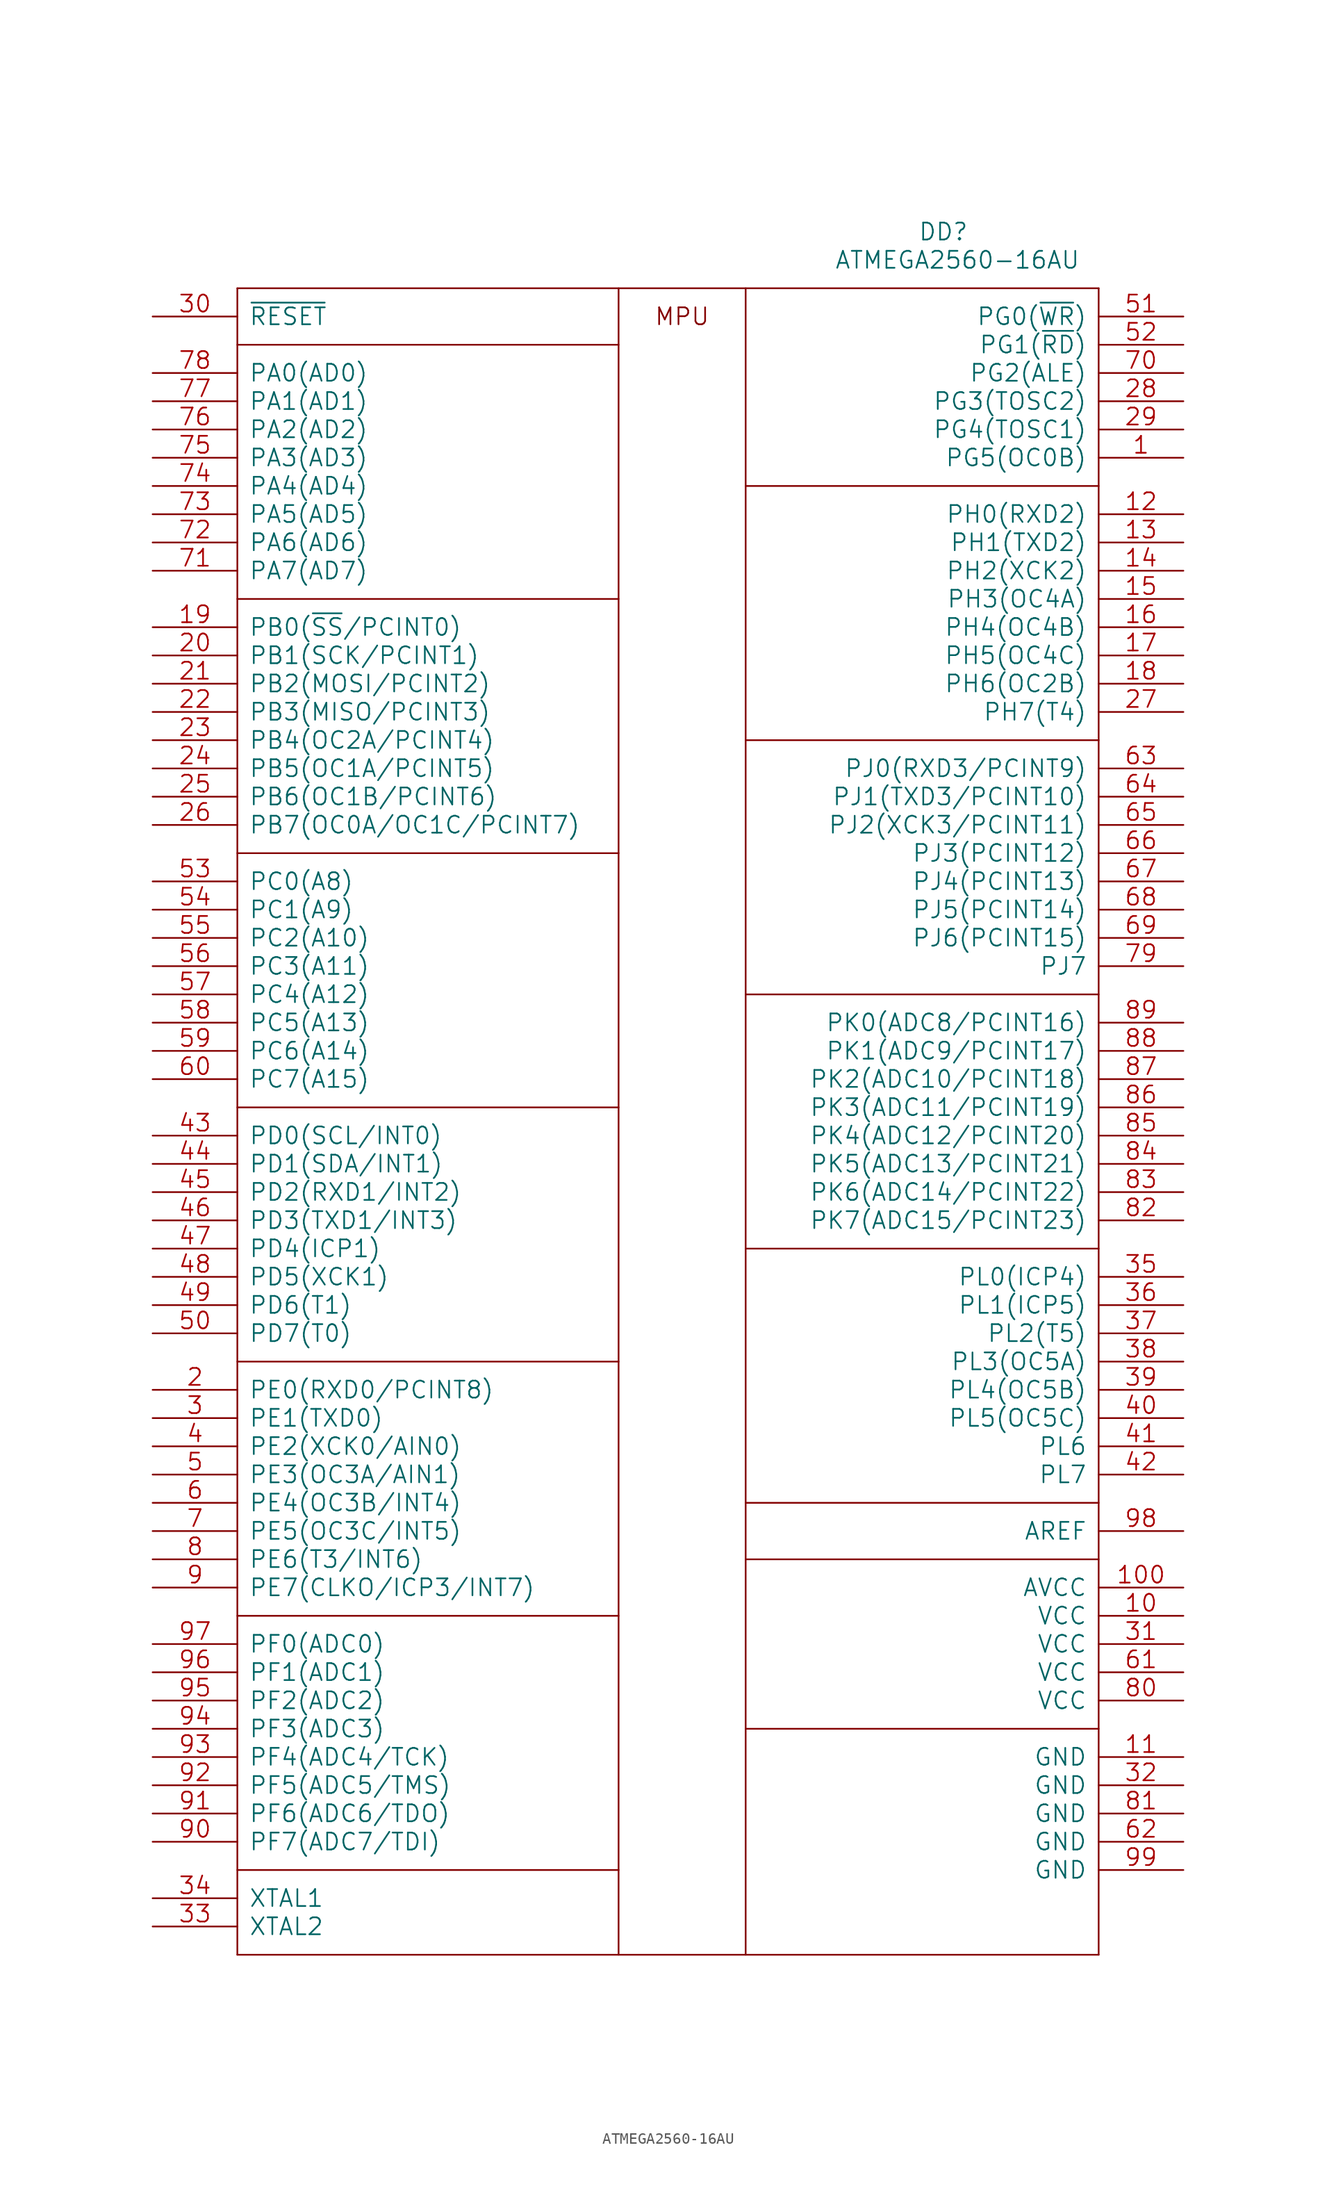
<source format=kicad_sym>
(kicad_symbol_lib
  (version 20211014)
  (generator kicad_symbol_editor)
  (symbol "ATMEGA2560-16AU"
    (pin_names
      (offset 1.016))
    (property "Reference" "DD"
      (at 63.5 5.08 0)
      (effects (font (size 1.524 1.524))))
    (property "Value" "ATMEGA2560-16AU"
      (at 64.77 2.54 0)
      (effects (font (size 1.524 1.524))))
    (property "Footprint" ""
      (at 0 0 0)
      (effects (font (size 1.524 1.524))))
    (property "Datasheet" ""
      (at 0 0 0)
      (effects (font (size 1.524 1.524))))
    (symbol "ATMEGA2560-16AU_0_0"
      (text "MPU" (at 40.005 -2.54 0) (effects (font (size 1.524 1.524))))
      (pin input line (at 85.09 -15.24 180) (length 7.62) (name "PG5(OC0B)" (effects (font (size 1.524 1.524)))) (number "1" (effects (font (size 1.524 1.524)))))
      (pin input line (at 85.09 -119.38 180) (length 7.62) (name "VCC" (effects (font (size 1.524 1.524)))) (number "10" (effects (font (size 1.524 1.524)))))
      (pin input line (at 85.09 -116.84 180) (length 7.62) (name "AVCC" (effects (font (size 1.524 1.524)))) (number "100" (effects (font (size 1.524 1.524)))))
      (pin input line (at 85.09 -132.08 180) (length 7.62) (name "GND" (effects (font (size 1.524 1.524)))) (number "11" (effects (font (size 1.524 1.524)))))
      (pin input line (at 85.09 -20.32 180) (length 7.62) (name "PH0(RXD2)" (effects (font (size 1.524 1.524)))) (number "12" (effects (font (size 1.524 1.524)))))
      (pin input line (at 85.09 -22.86 180) (length 7.62) (name "PH1(TXD2)" (effects (font (size 1.524 1.524)))) (number "13" (effects (font (size 1.524 1.524)))))
      (pin input line (at 85.09 -25.4 180) (length 7.62) (name "PH2(XCK2)" (effects (font (size 1.524 1.524)))) (number "14" (effects (font (size 1.524 1.524)))))
      (pin input line (at 85.09 -27.94 180) (length 7.62) (name "PH3(OC4A)" (effects (font (size 1.524 1.524)))) (number "15" (effects (font (size 1.524 1.524)))))
      (pin input line (at 85.09 -30.48 180) (length 7.62) (name "PH4(OC4B)" (effects (font (size 1.524 1.524)))) (number "16" (effects (font (size 1.524 1.524)))))
      (pin input line (at 85.09 -33.02 180) (length 7.62) (name "PH5(OC4C)" (effects (font (size 1.524 1.524)))) (number "17" (effects (font (size 1.524 1.524)))))
      (pin input line (at 85.09 -35.56 180) (length 7.62) (name "PH6(OC2B)" (effects (font (size 1.524 1.524)))) (number "18" (effects (font (size 1.524 1.524)))))
      (pin input line (at -7.62 -30.48 0) (length 7.62) (name "PB0(~{SS}/PCINT0)" (effects (font (size 1.524 1.524)))) (number "19" (effects (font (size 1.524 1.524)))))
      (pin input line (at -7.62 -99.06 0) (length 7.62) (name "PE0(RXD0/PCINT8)" (effects (font (size 1.524 1.524)))) (number "2" (effects (font (size 1.524 1.524)))))
      (pin input line (at -7.62 -33.02 0) (length 7.62) (name "PB1(SCK/PCINT1)" (effects (font (size 1.524 1.524)))) (number "20" (effects (font (size 1.524 1.524)))))
      (pin input line (at -7.62 -35.56 0) (length 7.62) (name "PB2(MOSI/PCINT2)" (effects (font (size 1.524 1.524)))) (number "21" (effects (font (size 1.524 1.524)))))
      (pin input line (at -7.62 -38.1 0) (length 7.62) (name "PB3(MISO/PCINT3)" (effects (font (size 1.524 1.524)))) (number "22" (effects (font (size 1.524 1.524)))))
      (pin input line (at -7.62 -40.64 0) (length 7.62) (name "PB4(OC2A/PCINT4)" (effects (font (size 1.524 1.524)))) (number "23" (effects (font (size 1.524 1.524)))))
      (pin input line (at -7.62 -43.18 0) (length 7.62) (name "PB5(OC1A/PCINT5)" (effects (font (size 1.524 1.524)))) (number "24" (effects (font (size 1.524 1.524)))))
      (pin input line (at -7.62 -45.72 0) (length 7.62) (name "PB6(OC1B/PCINT6)" (effects (font (size 1.524 1.524)))) (number "25" (effects (font (size 1.524 1.524)))))
      (pin input line (at -7.62 -48.26 0) (length 7.62) (name "PB7(OC0A/OC1C/PCINT7)" (effects (font (size 1.524 1.524)))) (number "26" (effects (font (size 1.524 1.524)))))
      (pin input line (at 85.09 -38.1 180) (length 7.62) (name "PH7(T4)" (effects (font (size 1.524 1.524)))) (number "27" (effects (font (size 1.524 1.524)))))
      (pin input line (at 85.09 -10.16 180) (length 7.62) (name "PG3(TOSC2)" (effects (font (size 1.524 1.524)))) (number "28" (effects (font (size 1.524 1.524)))))
      (pin input line (at 85.09 -12.7 180) (length 7.62) (name "PG4(TOSC1)" (effects (font (size 1.524 1.524)))) (number "29" (effects (font (size 1.524 1.524)))))
      (pin input line (at -7.62 -101.6 0) (length 7.62) (name "PE1(TXD0)" (effects (font (size 1.524 1.524)))) (number "3" (effects (font (size 1.524 1.524)))))
      (pin input line (at -7.62 -2.54 0) (length 7.62) (name "~{RESET}" (effects (font (size 1.524 1.524)))) (number "30" (effects (font (size 1.524 1.524)))))
      (pin input line (at 85.09 -121.92 180) (length 7.62) (name "VCC" (effects (font (size 1.524 1.524)))) (number "31" (effects (font (size 1.524 1.524)))))
      (pin input line (at 85.09 -134.62 180) (length 7.62) (name "GND" (effects (font (size 1.524 1.524)))) (number "32" (effects (font (size 1.524 1.524)))))
      (pin input line (at -7.62 -147.32 0) (length 7.62) (name "XTAL2" (effects (font (size 1.524 1.524)))) (number "33" (effects (font (size 1.524 1.524)))))
      (pin input line (at -7.62 -144.78 0) (length 7.62) (name "XTAL1" (effects (font (size 1.524 1.524)))) (number "34" (effects (font (size 1.524 1.524)))))
      (pin input line (at 85.09 -88.9 180) (length 7.62) (name "PL0(ICP4)" (effects (font (size 1.524 1.524)))) (number "35" (effects (font (size 1.524 1.524)))))
      (pin input line (at 85.09 -91.44 180) (length 7.62) (name "PL1(ICP5)" (effects (font (size 1.524 1.524)))) (number "36" (effects (font (size 1.524 1.524)))))
      (pin input line (at 85.09 -93.98 180) (length 7.62) (name "PL2(T5)" (effects (font (size 1.524 1.524)))) (number "37" (effects (font (size 1.524 1.524)))))
      (pin input line (at 85.09 -96.52 180) (length 7.62) (name "PL3(OC5A)" (effects (font (size 1.524 1.524)))) (number "38" (effects (font (size 1.524 1.524)))))
      (pin input line (at 85.09 -99.06 180) (length 7.62) (name "PL4(OC5B)" (effects (font (size 1.524 1.524)))) (number "39" (effects (font (size 1.524 1.524)))))
      (pin input line (at -7.62 -104.14 0) (length 7.62) (name "PE2(XCK0/AIN0)" (effects (font (size 1.524 1.524)))) (number "4" (effects (font (size 1.524 1.524)))))
      (pin input line (at 85.09 -101.6 180) (length 7.62) (name "PL5(OC5C)" (effects (font (size 1.524 1.524)))) (number "40" (effects (font (size 1.524 1.524)))))
      (pin input line (at 85.09 -104.14 180) (length 7.62) (name "PL6" (effects (font (size 1.524 1.524)))) (number "41" (effects (font (size 1.524 1.524)))))
      (pin input line (at 85.09 -106.68 180) (length 7.62) (name "PL7" (effects (font (size 1.524 1.524)))) (number "42" (effects (font (size 1.524 1.524)))))
      (pin input line (at -7.62 -76.2 0) (length 7.62) (name "PD0(SCL/INT0)" (effects (font (size 1.524 1.524)))) (number "43" (effects (font (size 1.524 1.524)))))
      (pin input line (at -7.62 -78.74 0) (length 7.62) (name "PD1(SDA/INT1)" (effects (font (size 1.524 1.524)))) (number "44" (effects (font (size 1.524 1.524)))))
      (pin input line (at -7.62 -81.28 0) (length 7.62) (name "PD2(RXD1/INT2)" (effects (font (size 1.524 1.524)))) (number "45" (effects (font (size 1.524 1.524)))))
      (pin input line (at -7.62 -83.82 0) (length 7.62) (name "PD3(TXD1/INT3)" (effects (font (size 1.524 1.524)))) (number "46" (effects (font (size 1.524 1.524)))))
      (pin input line (at -7.62 -86.36 0) (length 7.62) (name "PD4(ICP1)" (effects (font (size 1.524 1.524)))) (number "47" (effects (font (size 1.524 1.524)))))
      (pin input line (at -7.62 -88.9 0) (length 7.62) (name "PD5(XCK1)" (effects (font (size 1.524 1.524)))) (number "48" (effects (font (size 1.524 1.524)))))
      (pin input line (at -7.62 -91.44 0) (length 7.62) (name "PD6(T1)" (effects (font (size 1.524 1.524)))) (number "49" (effects (font (size 1.524 1.524)))))
      (pin input line (at -7.62 -106.68 0) (length 7.62) (name "PE3(OC3A/AIN1)" (effects (font (size 1.524 1.524)))) (number "5" (effects (font (size 1.524 1.524)))))
      (pin input line (at -7.62 -93.98 0) (length 7.62) (name "PD7(T0)" (effects (font (size 1.524 1.524)))) (number "50" (effects (font (size 1.524 1.524)))))
      (pin input line (at 85.09 -2.54 180) (length 7.62) (name "PG0(~{WR})" (effects (font (size 1.524 1.524)))) (number "51" (effects (font (size 1.524 1.524)))))
      (pin input line (at 85.09 -5.08 180) (length 7.62) (name "PG1(~{RD})" (effects (font (size 1.524 1.524)))) (number "52" (effects (font (size 1.524 1.524)))))
      (pin input line (at -7.62 -53.34 0) (length 7.62) (name "PC0(A8)" (effects (font (size 1.524 1.524)))) (number "53" (effects (font (size 1.524 1.524)))))
      (pin input line (at -7.62 -55.88 0) (length 7.62) (name "PC1(A9)" (effects (font (size 1.524 1.524)))) (number "54" (effects (font (size 1.524 1.524)))))
      (pin input line (at -7.62 -58.42 0) (length 7.62) (name "PC2(A10)" (effects (font (size 1.524 1.524)))) (number "55" (effects (font (size 1.524 1.524)))))
      (pin input line (at -7.62 -60.96 0) (length 7.62) (name "PC3(A11)" (effects (font (size 1.524 1.524)))) (number "56" (effects (font (size 1.524 1.524)))))
      (pin input line (at -7.62 -63.5 0) (length 7.62) (name "PC4(A12)" (effects (font (size 1.524 1.524)))) (number "57" (effects (font (size 1.524 1.524)))))
      (pin input line (at -7.62 -66.04 0) (length 7.62) (name "PC5(A13)" (effects (font (size 1.524 1.524)))) (number "58" (effects (font (size 1.524 1.524)))))
      (pin input line (at -7.62 -68.58 0) (length 7.62) (name "PC6(A14)" (effects (font (size 1.524 1.524)))) (number "59" (effects (font (size 1.524 1.524)))))
      (pin input line (at -7.62 -109.22 0) (length 7.62) (name "PE4(OC3B/INT4)" (effects (font (size 1.524 1.524)))) (number "6" (effects (font (size 1.524 1.524)))))
      (pin input line (at -7.62 -71.12 0) (length 7.62) (name "PC7(A15)" (effects (font (size 1.524 1.524)))) (number "60" (effects (font (size 1.524 1.524)))))
      (pin input line (at 85.09 -124.46 180) (length 7.62) (name "VCC" (effects (font (size 1.524 1.524)))) (number "61" (effects (font (size 1.524 1.524)))))
      (pin input line (at 85.09 -139.7 180) (length 7.62) (name "GND" (effects (font (size 1.524 1.524)))) (number "62" (effects (font (size 1.524 1.524)))))
      (pin input line (at 85.09 -43.18 180) (length 7.62) (name "PJ0(RXD3/PCINT9)" (effects (font (size 1.524 1.524)))) (number "63" (effects (font (size 1.524 1.524)))))
      (pin input line (at 85.09 -45.72 180) (length 7.62) (name "PJ1(TXD3/PCINT10)" (effects (font (size 1.524 1.524)))) (number "64" (effects (font (size 1.524 1.524)))))
      (pin input line (at 85.09 -48.26 180) (length 7.62) (name "PJ2(XCK3/PCINT11)" (effects (font (size 1.524 1.524)))) (number "65" (effects (font (size 1.524 1.524)))))
      (pin input line (at 85.09 -50.8 180) (length 7.62) (name "PJ3(PCINT12)" (effects (font (size 1.524 1.524)))) (number "66" (effects (font (size 1.524 1.524)))))
      (pin input line (at 85.09 -53.34 180) (length 7.62) (name "PJ4(PCINT13)" (effects (font (size 1.524 1.524)))) (number "67" (effects (font (size 1.524 1.524)))))
      (pin input line (at 85.09 -55.88 180) (length 7.62) (name "PJ5(PCINT14)" (effects (font (size 1.524 1.524)))) (number "68" (effects (font (size 1.524 1.524)))))
      (pin input line (at 85.09 -58.42 180) (length 7.62) (name "PJ6(PCINT15)" (effects (font (size 1.524 1.524)))) (number "69" (effects (font (size 1.524 1.524)))))
      (pin input line (at -7.62 -111.76 0) (length 7.62) (name "PE5(OC3C/INT5)" (effects (font (size 1.524 1.524)))) (number "7" (effects (font (size 1.524 1.524)))))
      (pin input line (at 85.09 -7.62 180) (length 7.62) (name "PG2(ALE)" (effects (font (size 1.524 1.524)))) (number "70" (effects (font (size 1.524 1.524)))))
      (pin input line (at -7.62 -25.4 0) (length 7.62) (name "PA7(AD7)" (effects (font (size 1.524 1.524)))) (number "71" (effects (font (size 1.524 1.524)))))
      (pin input line (at -7.62 -22.86 0) (length 7.62) (name "PA6(AD6)" (effects (font (size 1.524 1.524)))) (number "72" (effects (font (size 1.524 1.524)))))
      (pin input line (at -7.62 -20.32 0) (length 7.62) (name "PA5(AD5)" (effects (font (size 1.524 1.524)))) (number "73" (effects (font (size 1.524 1.524)))))
      (pin input line (at -7.62 -17.78 0) (length 7.62) (name "PA4(AD4)" (effects (font (size 1.524 1.524)))) (number "74" (effects (font (size 1.524 1.524)))))
      (pin input line (at -7.62 -15.24 0) (length 7.62) (name "PA3(AD3)" (effects (font (size 1.524 1.524)))) (number "75" (effects (font (size 1.524 1.524)))))
      (pin input line (at -7.62 -12.7 0) (length 7.62) (name "PA2(AD2)" (effects (font (size 1.524 1.524)))) (number "76" (effects (font (size 1.524 1.524)))))
      (pin input line (at -7.62 -10.16 0) (length 7.62) (name "PA1(AD1)" (effects (font (size 1.524 1.524)))) (number "77" (effects (font (size 1.524 1.524)))))
      (pin input line (at -7.62 -7.62 0) (length 7.62) (name "PA0(AD0)" (effects (font (size 1.524 1.524)))) (number "78" (effects (font (size 1.524 1.524)))))
      (pin input line (at 85.09 -60.96 180) (length 7.62) (name "PJ7" (effects (font (size 1.524 1.524)))) (number "79" (effects (font (size 1.524 1.524)))))
      (pin input line (at -7.62 -114.3 0) (length 7.62) (name "PE6(T3/INT6)" (effects (font (size 1.524 1.524)))) (number "8" (effects (font (size 1.524 1.524)))))
      (pin input line (at 85.09 -127 180) (length 7.62) (name "VCC" (effects (font (size 1.524 1.524)))) (number "80" (effects (font (size 1.524 1.524)))))
      (pin input line (at 85.09 -137.16 180) (length 7.62) (name "GND" (effects (font (size 1.524 1.524)))) (number "81" (effects (font (size 1.524 1.524)))))
      (pin input line (at 85.09 -83.82 180) (length 7.62) (name "PK7(ADC15/PCINT23)" (effects (font (size 1.524 1.524)))) (number "82" (effects (font (size 1.524 1.524)))))
      (pin input line (at 85.09 -81.28 180) (length 7.62) (name "PK6(ADC14/PCINT22)" (effects (font (size 1.524 1.524)))) (number "83" (effects (font (size 1.524 1.524)))))
      (pin input line (at 85.09 -78.74 180) (length 7.62) (name "PK5(ADC13/PCINT21)" (effects (font (size 1.524 1.524)))) (number "84" (effects (font (size 1.524 1.524)))))
      (pin input line (at 85.09 -76.2 180) (length 7.62) (name "PK4(ADC12/PCINT20)" (effects (font (size 1.524 1.524)))) (number "85" (effects (font (size 1.524 1.524)))))
      (pin input line (at 85.09 -73.66 180) (length 7.62) (name "PK3(ADC11/PCINT19)" (effects (font (size 1.524 1.524)))) (number "86" (effects (font (size 1.524 1.524)))))
      (pin input line (at 85.09 -71.12 180) (length 7.62) (name "PK2(ADC10/PCINT18)" (effects (font (size 1.524 1.524)))) (number "87" (effects (font (size 1.524 1.524)))))
      (pin input line (at 85.09 -68.58 180) (length 7.62) (name "PK1(ADC9/PCINT17)" (effects (font (size 1.524 1.524)))) (number "88" (effects (font (size 1.524 1.524)))))
      (pin input line (at 85.09 -66.04 180) (length 7.62) (name "PK0(ADC8/PCINT16)" (effects (font (size 1.524 1.524)))) (number "89" (effects (font (size 1.524 1.524)))))
      (pin input line (at -7.62 -116.84 0) (length 7.62) (name "PE7(CLKO/ICP3/INT7)" (effects (font (size 1.524 1.524)))) (number "9" (effects (font (size 1.524 1.524)))))
      (pin input line (at -7.62 -139.7 0) (length 7.62) (name "PF7(ADC7/TDI)" (effects (font (size 1.524 1.524)))) (number "90" (effects (font (size 1.524 1.524)))))
      (pin input line (at -7.62 -137.16 0) (length 7.62) (name "PF6(ADC6/TDO)" (effects (font (size 1.524 1.524)))) (number "91" (effects (font (size 1.524 1.524)))))
      (pin input line (at -7.62 -134.62 0) (length 7.62) (name "PF5(ADC5/TMS)" (effects (font (size 1.524 1.524)))) (number "92" (effects (font (size 1.524 1.524)))))
      (pin input line (at -7.62 -132.08 0) (length 7.62) (name "PF4(ADC4/TCK)" (effects (font (size 1.524 1.524)))) (number "93" (effects (font (size 1.524 1.524)))))
      (pin input line (at -7.62 -129.54 0) (length 7.62) (name "PF3(ADC3)" (effects (font (size 1.524 1.524)))) (number "94" (effects (font (size 1.524 1.524)))))
      (pin input line (at -7.62 -127 0) (length 7.62) (name "PF2(ADC2)" (effects (font (size 1.524 1.524)))) (number "95" (effects (font (size 1.524 1.524)))))
      (pin input line (at -7.62 -124.46 0) (length 7.62) (name "PF1(ADC1)" (effects (font (size 1.524 1.524)))) (number "96" (effects (font (size 1.524 1.524)))))
      (pin input line (at -7.62 -121.92 0) (length 7.62) (name "PF0(ADC0)" (effects (font (size 1.524 1.524)))) (number "97" (effects (font (size 1.524 1.524)))))
      (pin input line (at 85.09 -111.76 180) (length 7.62) (name "AREF" (effects (font (size 1.524 1.524)))) (number "98" (effects (font (size 1.524 1.524)))))
      (pin input line (at 85.09 -142.24 180) (length 7.62) (name "GND" (effects (font (size 1.524 1.524)))) (number "99" (effects (font (size 1.524 1.524))))))
    (symbol "ATMEGA2560-16AU_0_1"
      (polyline (pts (xy 0 -149.86) (xy 0 0)) (stroke (width 0) (type default) (color 0 0 0 0)) (fill (type none)))
      (polyline (pts (xy 0 -149.86) (xy 77.47 -149.86)) (stroke (width 0) (type default) (color 0 0 0 0)) (fill (type none)))
      (polyline (pts (xy 0 -142.24) (xy 34.29 -142.24)) (stroke (width 0) (type default) (color 0 0 0 0)) (fill (type none)))
      (polyline (pts (xy 0 -119.38) (xy 34.29 -119.38)) (stroke (width 0) (type default) (color 0 0 0 0)) (fill (type none)))
      (polyline (pts (xy 0 -96.52) (xy 34.29 -96.52)) (stroke (width 0) (type default) (color 0 0 0 0)) (fill (type none)))
      (polyline (pts (xy 0 -73.66) (xy 34.29 -73.66)) (stroke (width 0) (type default) (color 0 0 0 0)) (fill (type none)))
      (polyline (pts (xy 0 -50.8) (xy 34.29 -50.8)) (stroke (width 0) (type default) (color 0 0 0 0)) (fill (type none)))
      (polyline (pts (xy 0 -27.94) (xy 34.29 -27.94)) (stroke (width 0) (type default) (color 0 0 0 0)) (fill (type none)))
      (polyline (pts (xy 0 0) (xy 77.47 0)) (stroke (width 0) (type default) (color 0 0 0 0)) (fill (type none)))
      (polyline (pts (xy 34.29 -5.08) (xy 0 -5.08)) (stroke (width 0) (type default) (color 0 0 0 0)) (fill (type none)))
      (polyline (pts (xy 34.29 0) (xy 34.29 -149.86)) (stroke (width 0) (type default) (color 0 0 0 0)) (fill (type none)))
      (polyline (pts (xy 45.72 0) (xy 45.72 -149.86)) (stroke (width 0) (type default) (color 0 0 0 0)) (fill (type none)))
      (polyline (pts (xy 77.47 -149.86) (xy 77.47 0)) (stroke (width 0) (type default) (color 0 0 0 0)) (fill (type none)))
      (polyline (pts (xy 77.47 -129.54) (xy 45.72 -129.54)) (stroke (width 0) (type default) (color 0 0 0 0)) (fill (type none)))
      (polyline (pts (xy 77.47 -114.3) (xy 45.72 -114.3)) (stroke (width 0) (type default) (color 0 0 0 0)) (fill (type none)))
      (polyline (pts (xy 77.47 -109.22) (xy 45.72 -109.22)) (stroke (width 0) (type default) (color 0 0 0 0)) (fill (type none)))
      (polyline (pts (xy 77.47 -86.36) (xy 45.72 -86.36)) (stroke (width 0) (type default) (color 0 0 0 0)) (fill (type none)))
      (polyline (pts (xy 77.47 -63.5) (xy 45.72 -63.5)) (stroke (width 0) (type default) (color 0 0 0 0)) (fill (type none)))
      (polyline (pts (xy 77.47 -40.64) (xy 45.72 -40.64)) (stroke (width 0) (type default) (color 0 0 0 0)) (fill (type none)))
      (polyline (pts (xy 77.47 -17.78) (xy 45.72 -17.78)) (stroke (width 0) (type default) (color 0 0 0 0)) (fill (type none))))))
</source>
